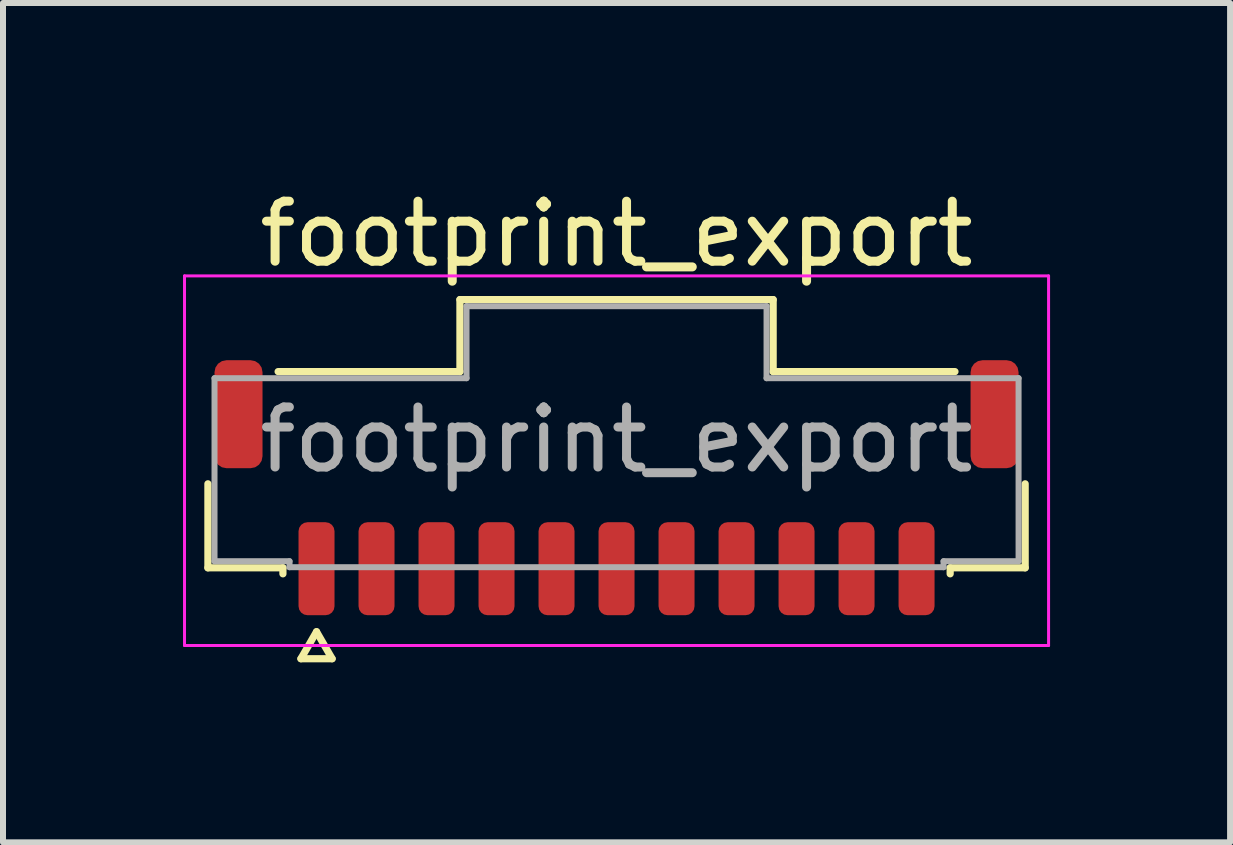
<source format=kicad_pcb>
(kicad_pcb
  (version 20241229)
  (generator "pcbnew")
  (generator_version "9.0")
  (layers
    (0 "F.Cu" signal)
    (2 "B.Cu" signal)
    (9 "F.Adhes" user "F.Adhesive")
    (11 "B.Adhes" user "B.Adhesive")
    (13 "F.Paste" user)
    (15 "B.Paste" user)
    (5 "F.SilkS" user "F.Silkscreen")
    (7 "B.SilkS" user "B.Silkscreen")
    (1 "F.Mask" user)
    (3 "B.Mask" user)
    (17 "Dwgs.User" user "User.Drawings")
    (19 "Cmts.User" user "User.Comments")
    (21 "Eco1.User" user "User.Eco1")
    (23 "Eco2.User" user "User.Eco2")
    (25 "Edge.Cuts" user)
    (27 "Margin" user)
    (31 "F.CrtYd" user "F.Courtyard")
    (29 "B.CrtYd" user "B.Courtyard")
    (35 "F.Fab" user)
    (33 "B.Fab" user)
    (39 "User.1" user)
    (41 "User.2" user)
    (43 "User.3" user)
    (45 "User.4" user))
  (footprint "footprint_export"
    (layer "F.Cu")
    (at 7.225 4.278)
    (property "Reference" "footprint_export" (at 0 -3.43 0) (layer "F.SilkS") (effects (font (size 1 1) (thickness 0.15))))
    (attr smd)
    (fp_line (start -6.81 2.135) (end -6.81 0.735) (stroke (width 0.12) (type solid)) (layer "F.SilkS"))
    (fp_line (start -5.64 -1.135) (end -2.61 -1.135) (stroke (width 0.12) (type solid)) (layer "F.SilkS"))
    (fp_line (start -5.56 2.135) (end -6.81 2.135) (stroke (width 0.12) (type solid)) (layer "F.SilkS"))
    (fp_line (start -5.56 2.235) (end -5.56 2.135) (stroke (width 0.12) (type solid)) (layer "F.SilkS"))
    (fp_line (start -5.26 3.65) (end -5 3.2) (stroke (width 0.12) (type solid)) (layer "F.SilkS"))
    (fp_line (start -5 3.2) (end -4.74 3.65) (stroke (width 0.12) (type solid)) (layer "F.SilkS"))
    (fp_line (start -4.74 3.65) (end -5.26 3.65) (stroke (width 0.12) (type solid)) (layer "F.SilkS"))
    (fp_line (start -2.61 -2.335) (end 2.61 -2.335) (stroke (width 0.12) (type solid)) (layer "F.SilkS"))
    (fp_line (start -2.61 -1.135) (end -2.61 -2.335) (stroke (width 0.12) (type solid)) (layer "F.SilkS"))
    (fp_line (start 2.61 -2.335) (end 2.61 -1.135) (stroke (width 0.12) (type solid)) (layer "F.SilkS"))
    (fp_line (start 2.61 -1.135) (end 5.64 -1.135) (stroke (width 0.12) (type solid)) (layer "F.SilkS"))
    (fp_line (start 5.56 2.135) (end 5.56 2.235) (stroke (width 0.12) (type solid)) (layer "F.SilkS"))
    (fp_line (start 6.81 0.735) (end 6.81 2.135) (stroke (width 0.12) (type solid)) (layer "F.SilkS"))
    (fp_line (start 6.81 2.135) (end 5.56 2.135) (stroke (width 0.12) (type solid)) (layer "F.SilkS"))
    (fp_line (start -7.2 -2.73) (end -7.2 3.43) (stroke (width 0.05) (type solid)) (layer "F.CrtYd"))
    (fp_line (start -7.2 3.43) (end 7.2 3.43) (stroke (width 0.05) (type solid)) (layer "F.CrtYd"))
    (fp_line (start 7.2 -2.73) (end -7.2 -2.73) (stroke (width 0.05) (type solid)) (layer "F.CrtYd"))
    (fp_line (start 7.2 3.43) (end 7.2 -2.73) (stroke (width 0.05) (type solid)) (layer "F.CrtYd"))
    (fp_line (start -6.7 -1.025) (end -2.5 -1.025) (stroke (width 0.1) (type solid)) (layer "F.Fab"))
    (fp_line (start -6.7 2.025) (end -6.7 -1.025) (stroke (width 0.1) (type solid)) (layer "F.Fab"))
    (fp_line (start -5.45 2.025) (end -6.7 2.025) (stroke (width 0.1) (type solid)) (layer "F.Fab"))
    (fp_line (start -5.45 2.125) (end -5.45 2.025) (stroke (width 0.1) (type solid)) (layer "F.Fab"))
    (fp_line (start -2.5 -2.225) (end 2.5 -2.225) (stroke (width 0.1) (type solid)) (layer "F.Fab"))
    (fp_line (start -2.5 -1.025) (end -2.5 -2.225) (stroke (width 0.1) (type solid)) (layer "F.Fab"))
    (fp_line (start 2.5 -2.225) (end 2.5 -1.025) (stroke (width 0.1) (type solid)) (layer "F.Fab"))
    (fp_line (start 2.5 -1.025) (end 6.7 -1.025) (stroke (width 0.1) (type solid)) (layer "F.Fab"))
    (fp_line (start 5.45 2.025) (end 5.45 2.125) (stroke (width 0.1) (type solid)) (layer "F.Fab"))
    (fp_line (start 5.45 2.125) (end -5.45 2.125) (stroke (width 0.1) (type solid)) (layer "F.Fab"))
    (fp_line (start 6.7 -1.025) (end 6.7 2.025) (stroke (width 0.1) (type solid)) (layer "F.Fab"))
    (fp_line (start 6.7 2.025) (end 5.45 2.025) (stroke (width 0.1) (type solid)) (layer "F.Fab"))
    (fp_text user "${REFERENCE}" (at 0 0 0) (layer "F.Fab") (effects (font (size 1 1) (thickness 0.15))))
    (pad "1" smd roundrect (at -5 2.15) (size 0.6 1.55) (layers "F.Cu" "F.Mask" "F.Paste") (roundrect_rratio 0.25))
    (pad "2" smd roundrect (at -4 2.15) (size 0.6 1.55) (layers "F.Cu" "F.Mask" "F.Paste") (roundrect_rratio 0.25))
    (pad "3" smd roundrect (at -3 2.15) (size 0.6 1.55) (layers "F.Cu" "F.Mask" "F.Paste") (roundrect_rratio 0.25))
    (pad "4" smd roundrect (at -2 2.15) (size 0.6 1.55) (layers "F.Cu" "F.Mask" "F.Paste") (roundrect_rratio 0.25))
    (pad "5" smd roundrect (at -1 2.15) (size 0.6 1.55) (layers "F.Cu" "F.Mask" "F.Paste") (roundrect_rratio 0.25))
    (pad "6" smd roundrect (at 0 2.15) (size 0.6 1.55) (layers "F.Cu" "F.Mask" "F.Paste") (roundrect_rratio 0.25))
    (pad "7" smd roundrect (at 1 2.15) (size 0.6 1.55) (layers "F.Cu" "F.Mask" "F.Paste") (roundrect_rratio 0.25))
    (pad "8" smd roundrect (at 2 2.15) (size 0.6 1.55) (layers "F.Cu" "F.Mask" "F.Paste") (roundrect_rratio 0.25))
    (pad "9" smd roundrect (at 3 2.15) (size 0.6 1.55) (layers "F.Cu" "F.Mask" "F.Paste") (roundrect_rratio 0.25))
    (pad "10" smd roundrect (at 4 2.15) (size 0.6 1.55) (layers "F.Cu" "F.Mask" "F.Paste") (roundrect_rratio 0.25))
    (pad "11" smd roundrect (at 5 2.15) (size 0.6 1.55) (layers "F.Cu" "F.Mask" "F.Paste") (roundrect_rratio 0.25))
    (pad "MP" smd roundrect (at -6.3 -0.425) (size 0.8 1.8) (layers "F.Cu" "F.Mask" "F.Paste") (roundrect_rratio 0.25))
    (pad "MP" smd roundrect (at 6.3 -0.425) (size 0.8 1.8) (layers "F.Cu" "F.Mask" "F.Paste") (roundrect_rratio 0.25)))
  (gr_rect
    (start -3 -3)
    (end 17.45 10.988)
    (stroke (width 0.1) (type default))
    (fill no)
    (layer "Edge.Cuts")))
</source>
